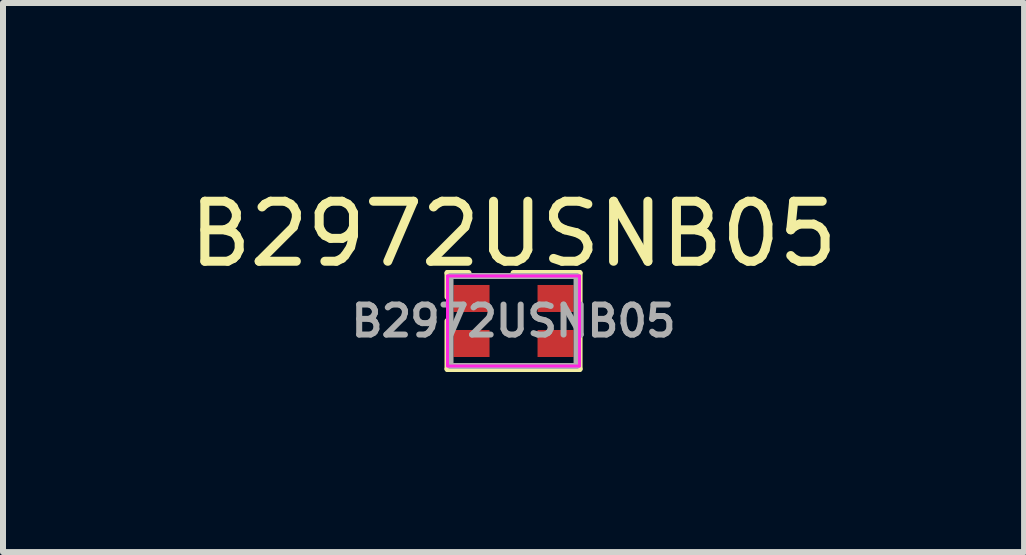
<source format=kicad_pcb>
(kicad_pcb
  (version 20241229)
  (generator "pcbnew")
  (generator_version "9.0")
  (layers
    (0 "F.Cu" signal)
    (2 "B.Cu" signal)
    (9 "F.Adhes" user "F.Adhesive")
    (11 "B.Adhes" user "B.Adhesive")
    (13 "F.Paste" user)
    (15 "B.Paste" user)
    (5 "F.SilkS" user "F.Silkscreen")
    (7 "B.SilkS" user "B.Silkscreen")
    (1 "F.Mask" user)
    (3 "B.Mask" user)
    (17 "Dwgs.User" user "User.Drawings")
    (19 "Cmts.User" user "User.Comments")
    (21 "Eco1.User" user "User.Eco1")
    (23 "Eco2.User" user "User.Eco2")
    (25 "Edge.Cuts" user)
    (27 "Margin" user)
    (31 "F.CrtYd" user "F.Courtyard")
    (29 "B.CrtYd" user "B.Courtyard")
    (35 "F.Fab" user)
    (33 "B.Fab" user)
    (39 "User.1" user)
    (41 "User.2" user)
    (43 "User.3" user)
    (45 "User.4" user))
  (footprint "B2972USNB05"
    (layer "F.Cu")
    (at 5.506 2.298)
    (property "Reference" "B2972USNB05" (at 0 -1.45 0) (unlocked yes) (layer "F.SilkS") (effects (font (size 1 1) (thickness 0.15))))
    (attr smd)
    (fp_line (start -1.1 -0.8) (end -0.75 -0.8) (stroke (width 0.1) (type solid)) (layer "F.SilkS"))
    (fp_line (start -1.1 -0.4) (end -1.1 -0.8) (stroke (width 0.1) (type solid)) (layer "F.SilkS"))
    (fp_line (start -1.1 0.8) (end -1.1 0) (stroke (width 0.1) (type solid)) (layer "F.SilkS"))
    (fp_line (start 1.1 -0.8) (end 0 -0.8) (stroke (width 0.1) (type solid)) (layer "F.SilkS"))
    (fp_line (start 1.1 -0.8) (end 1.1 0.8) (stroke (width 0.1) (type solid)) (layer "F.SilkS"))
    (fp_line (start 1.1 0.8) (end -1.1 0.8) (stroke (width 0.1) (type solid)) (layer "F.SilkS"))
    (fp_line (start -1.1 -0.75) (end 1.1 -0.75) (stroke (width 0.05) (type solid)) (layer "F.CrtYd"))
    (fp_line (start -1.1 0.75) (end -1.1 -0.75) (stroke (width 0.05) (type solid)) (layer "F.CrtYd"))
    (fp_line (start 1.1 -0.75) (end 1.1 0.75) (stroke (width 0.05) (type solid)) (layer "F.CrtYd"))
    (fp_line (start 1.1 0.75) (end -1.1 0.75) (stroke (width 0.05) (type solid)) (layer "F.CrtYd"))
    (fp_line (start -1.05 -0.75) (end 1.05 -0.75) (stroke (width 0.1) (type solid)) (layer "F.Fab"))
    (fp_line (start -1.05 0.75) (end -1.05 -0.75) (stroke (width 0.1) (type solid)) (layer "F.Fab"))
    (fp_line (start 1.05 -0.75) (end 1.05 0.75) (stroke (width 0.1) (type solid)) (layer "F.Fab"))
    (fp_line (start 1.05 0.75) (end -1.05 0.75) (stroke (width 0.1) (type solid)) (layer "F.Fab"))
    (fp_text user "${REFERENCE}" (at 0 0 0) (unlocked yes) (layer "F.Fab") (effects (font (size 0.5 0.5) (thickness 0.1))))
    (pad "1" smd rect (at -0.7 0.375 90) (size 0.45 0.6) (layers "F.Cu" "F.Mask" "F.Paste"))
    (pad "2" smd rect (at 0.7 0.375 90) (size 0.45 0.6) (layers "F.Cu" "F.Mask" "F.Paste"))
    (pad "3" smd rect (at 0.7 -0.375 90) (size 0.45 0.6) (layers "F.Cu" "F.Mask" "F.Paste"))
    (pad "4" smd rect (at -0.7 -0.375 90) (size 0.45 0.6) (layers "F.Cu" "F.Mask" "F.Paste")))
  (gr_rect
    (start -3 -3)
    (end 14.012 6.148)
    (stroke (width 0.1) (type default))
    (fill no)
    (layer "Edge.Cuts")))
</source>
